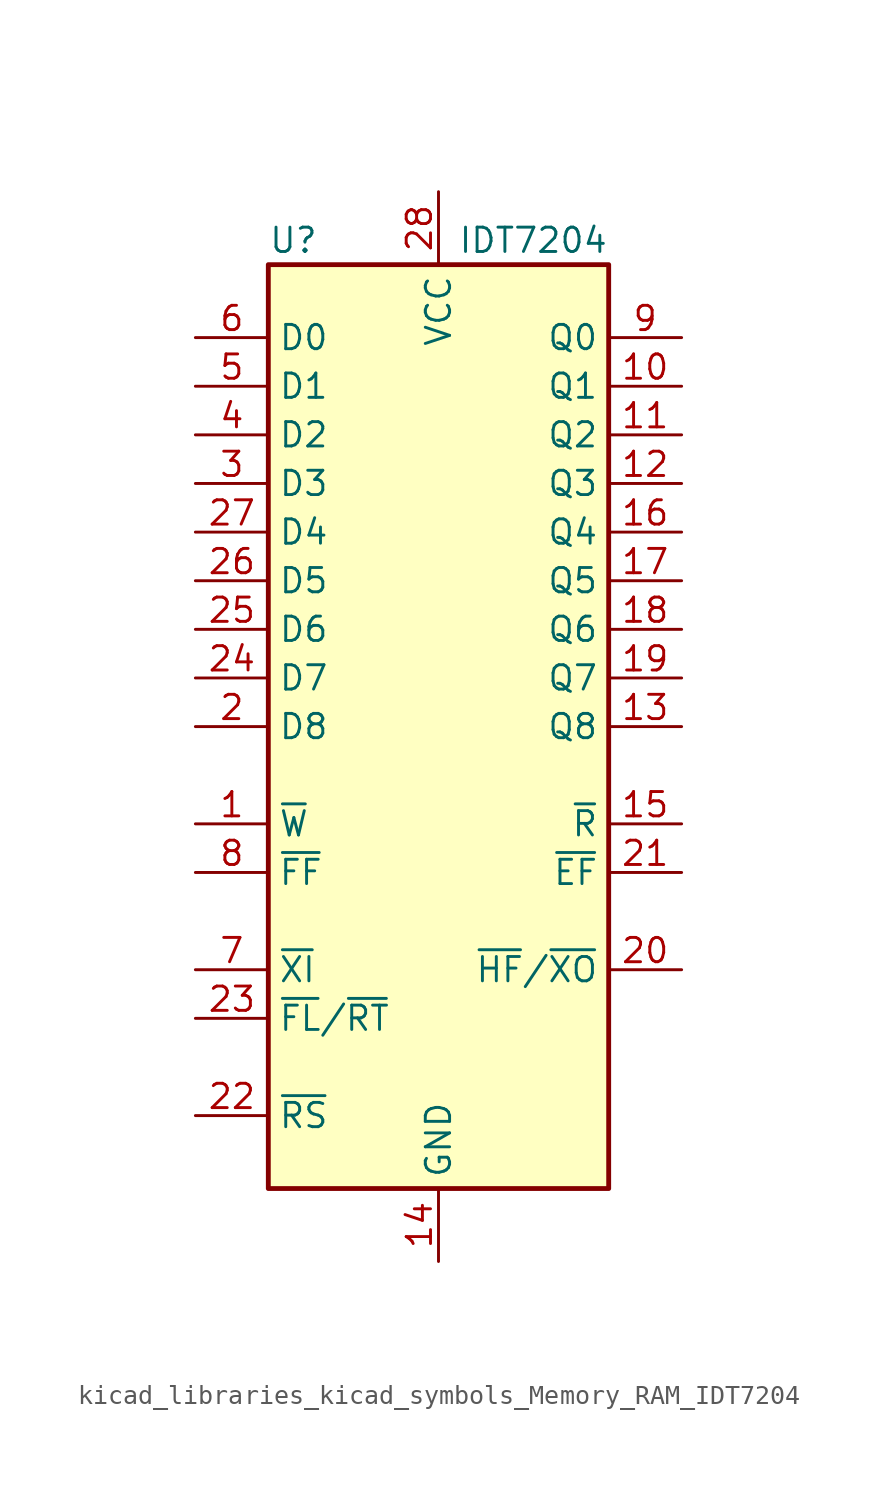
<source format=kicad_sym>
(kicad_symbol_lib
  (version 20220914)
  (generator kicad_symbol_editor)
  (symbol "kicad_libraries_kicad_symbols_Memory_RAM_IDT7204"
    (property "Reference" "U"
      (at -8.89 25.4 0)
      (effects (font (size 1.27 1.27)) (justify left)))
    (property "Value" "IDT7204"
      (at 8.89 25.4 0)
      (effects (font (size 1.27 1.27)) (justify right)))
    (symbol "kicad_libraries_kicad_symbols_Memory_RAM_IDT7204_0_1"
      (rectangle (start -8.89 24.13) (end 8.89 -24.13) (stroke (width 0.254) (type default)) (fill (type background)))
      (pin input line (at -12.7 -5.08 0) (length 3.81) (name "~{W}" (effects (font (size 1.27 1.27)))) (number "1" (effects (font (size 1.27 1.27)))))
      (pin output line (at 12.7 17.78 180) (length 3.81) (name "Q1" (effects (font (size 1.27 1.27)))) (number "10" (effects (font (size 1.27 1.27)))))
      (pin output line (at 12.7 15.24 180) (length 3.81) (name "Q2" (effects (font (size 1.27 1.27)))) (number "11" (effects (font (size 1.27 1.27)))))
      (pin output line (at 12.7 12.7 180) (length 3.81) (name "Q3" (effects (font (size 1.27 1.27)))) (number "12" (effects (font (size 1.27 1.27)))))
      (pin output line (at 12.7 0 180) (length 3.81) (name "Q8" (effects (font (size 1.27 1.27)))) (number "13" (effects (font (size 1.27 1.27)))))
      (pin power_in line (at 0 -27.94 90) (length 3.81) (name "GND" (effects (font (size 1.27 1.27)))) (number "14" (effects (font (size 1.27 1.27)))))
      (pin input line (at 12.7 -5.08 180) (length 3.81) (name "~{R}" (effects (font (size 1.27 1.27)))) (number "15" (effects (font (size 1.27 1.27)))))
      (pin output line (at 12.7 10.16 180) (length 3.81) (name "Q4" (effects (font (size 1.27 1.27)))) (number "16" (effects (font (size 1.27 1.27)))))
      (pin output line (at 12.7 7.62 180) (length 3.81) (name "Q5" (effects (font (size 1.27 1.27)))) (number "17" (effects (font (size 1.27 1.27)))))
      (pin output line (at 12.7 5.08 180) (length 3.81) (name "Q6" (effects (font (size 1.27 1.27)))) (number "18" (effects (font (size 1.27 1.27)))))
      (pin output line (at 12.7 2.54 180) (length 3.81) (name "Q7" (effects (font (size 1.27 1.27)))) (number "19" (effects (font (size 1.27 1.27)))))
      (pin input line (at -12.7 0 0) (length 3.81) (name "D8" (effects (font (size 1.27 1.27)))) (number "2" (effects (font (size 1.27 1.27)))))
      (pin output line (at 12.7 -12.7 180) (length 3.81) (name "~{HF}/~{XO}" (effects (font (size 1.27 1.27)))) (number "20" (effects (font (size 1.27 1.27)))))
      (pin output line (at 12.7 -7.62 180) (length 3.81) (name "~{EF}" (effects (font (size 1.27 1.27)))) (number "21" (effects (font (size 1.27 1.27)))))
      (pin input line (at -12.7 -20.32 0) (length 3.81) (name "~{RS}" (effects (font (size 1.27 1.27)))) (number "22" (effects (font (size 1.27 1.27)))))
      (pin input line (at -12.7 -15.24 0) (length 3.81) (name "~{FL}/~{RT}" (effects (font (size 1.27 1.27)))) (number "23" (effects (font (size 1.27 1.27)))))
      (pin input line (at -12.7 2.54 0) (length 3.81) (name "D7" (effects (font (size 1.27 1.27)))) (number "24" (effects (font (size 1.27 1.27)))))
      (pin input line (at -12.7 5.08 0) (length 3.81) (name "D6" (effects (font (size 1.27 1.27)))) (number "25" (effects (font (size 1.27 1.27)))))
      (pin input line (at -12.7 7.62 0) (length 3.81) (name "D5" (effects (font (size 1.27 1.27)))) (number "26" (effects (font (size 1.27 1.27)))))
      (pin input line (at -12.7 10.16 0) (length 3.81) (name "D4" (effects (font (size 1.27 1.27)))) (number "27" (effects (font (size 1.27 1.27)))))
      (pin power_in line (at 0 27.94 270) (length 3.81) (name "VCC" (effects (font (size 1.27 1.27)))) (number "28" (effects (font (size 1.27 1.27)))))
      (pin input line (at -12.7 12.7 0) (length 3.81) (name "D3" (effects (font (size 1.27 1.27)))) (number "3" (effects (font (size 1.27 1.27)))))
      (pin input line (at -12.7 15.24 0) (length 3.81) (name "D2" (effects (font (size 1.27 1.27)))) (number "4" (effects (font (size 1.27 1.27)))))
      (pin input line (at -12.7 17.78 0) (length 3.81) (name "D1" (effects (font (size 1.27 1.27)))) (number "5" (effects (font (size 1.27 1.27)))))
      (pin input line (at -12.7 20.32 0) (length 3.81) (name "D0" (effects (font (size 1.27 1.27)))) (number "6" (effects (font (size 1.27 1.27)))))
      (pin input line (at -12.7 -12.7 0) (length 3.81) (name "~{XI}" (effects (font (size 1.27 1.27)))) (number "7" (effects (font (size 1.27 1.27)))))
      (pin output line (at -12.7 -7.62 0) (length 3.81) (name "~{FF}" (effects (font (size 1.27 1.27)))) (number "8" (effects (font (size 1.27 1.27)))))
      (pin output line (at 12.7 20.32 180) (length 3.81) (name "Q0" (effects (font (size 1.27 1.27)))) (number "9" (effects (font (size 1.27 1.27))))))))
</source>
